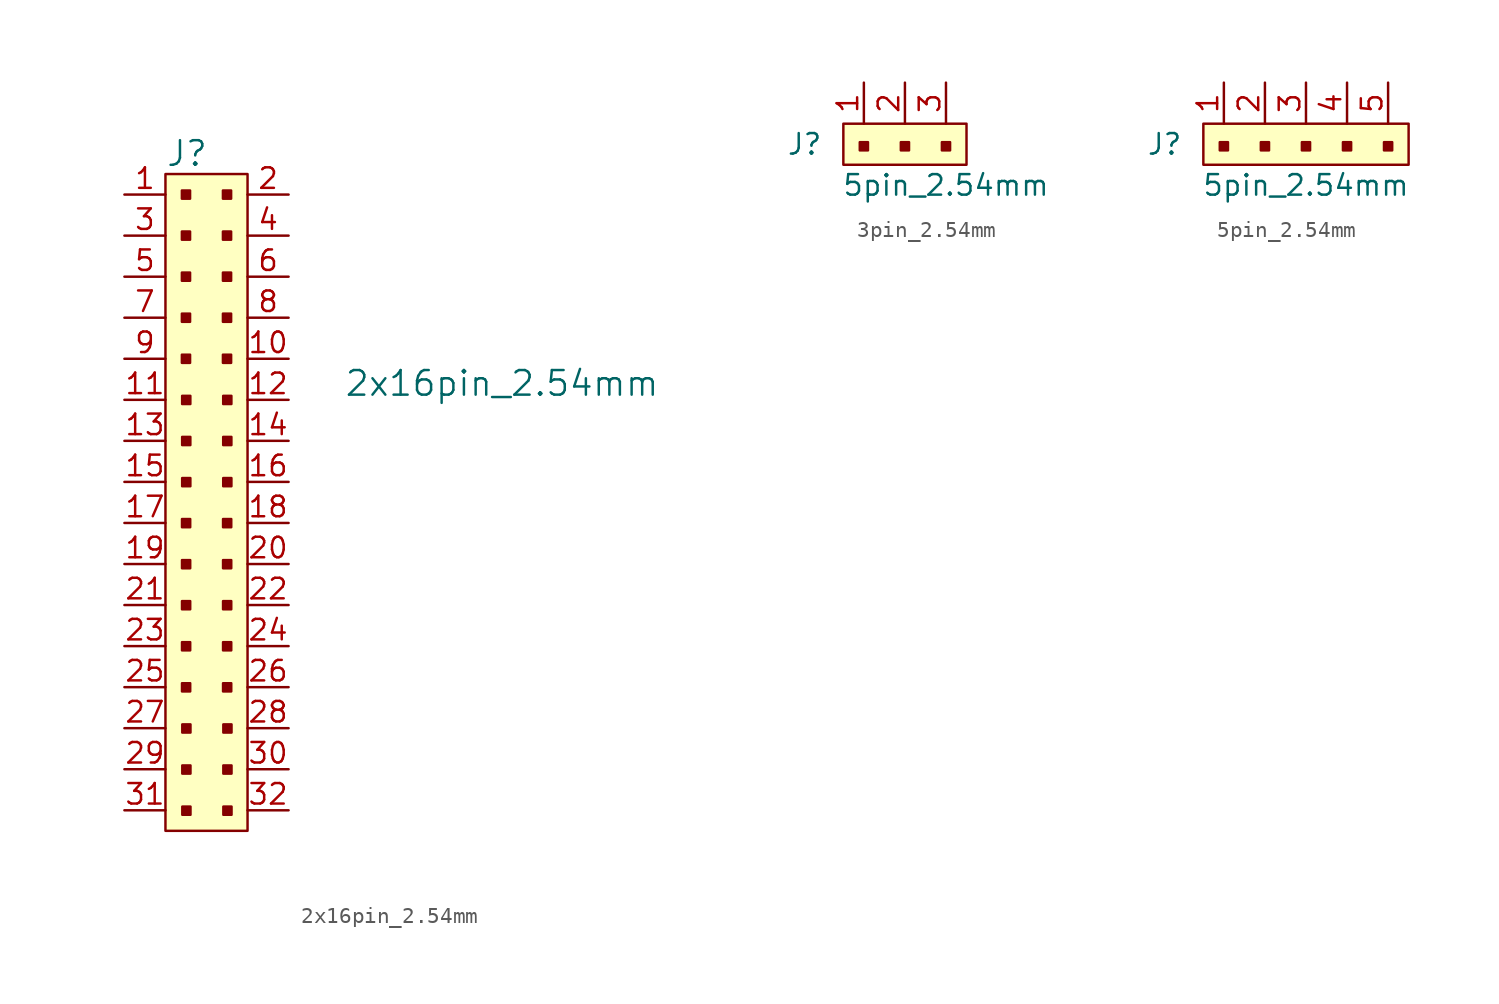
<source format=kicad_sym>
(kicad_symbol_lib
  (version 20241209)
  (generator "kicad_symbol_editor")
  (generator_version "9.0")
  (symbol "2x16pin_2.54mm"
    (pin_names
      (offset 1.016))
    (property "Reference" "J"
      (at -2.54 7.62 0)
      (effects (font (size 1.524 1.524)) (justify left)))
    (property "Value" "2x16pin_2.54mm"
      (at 18.288 -6.604 0)
      (effects (font (size 1.524 1.524))))
    (symbol "2x16pin_2.54mm_0_1"
      (rectangle (start -2.54 6.35) (end 2.54 -34.29) (stroke (width 0) (type solid)) (fill (type background)))
      (rectangle (start -1.524 5.334) (end -1.016 4.826) (stroke (width 0) (type solid)) (fill (type outline)))
      (rectangle (start -1.524 2.794) (end -1.016 2.286) (stroke (width 0) (type solid)) (fill (type outline)))
      (rectangle (start -1.524 0.254) (end -1.016 -0.254) (stroke (width 0) (type solid)) (fill (type outline)))
      (rectangle (start -1.524 -2.286) (end -1.016 -2.794) (stroke (width 0) (type solid)) (fill (type outline)))
      (rectangle (start -1.524 -4.826) (end -1.016 -5.334) (stroke (width 0) (type solid)) (fill (type outline)))
      (rectangle (start -1.516 -14.996) (end -1.008 -15.505) (stroke (width 0) (type solid)) (fill (type outline)))
      (rectangle (start -1.516 -17.537) (end -1.008 -18.044) (stroke (width 0) (type solid)) (fill (type outline)))
      (rectangle (start -1.516 -20.076) (end -1.008 -20.584) (stroke (width 0) (type solid)) (fill (type outline)))
      (rectangle (start -1.516 -22.616) (end -1.008 -23.125) (stroke (width 0) (type solid)) (fill (type outline)))
      (rectangle (start -1.516 -25.157) (end -1.008 -25.665) (stroke (width 0) (type solid)) (fill (type outline)))
      (rectangle (start -1.507 -7.374) (end -0.999 -7.882) (stroke (width 0) (type solid)) (fill (type outline)))
      (rectangle (start -1.507 -9.914) (end -0.999 -10.422) (stroke (width 0) (type solid)) (fill (type outline)))
      (rectangle (start -1.506 -12.461) (end -0.998 -12.969) (stroke (width 0) (type solid)) (fill (type outline)))
      (rectangle (start -1.499 -27.704) (end -0.991 -28.212) (stroke (width 0) (type solid)) (fill (type outline)))
      (rectangle (start -1.499 -30.244) (end -0.991 -30.752) (stroke (width 0) (type solid)) (fill (type outline)))
      (rectangle (start -1.498 -32.791) (end -0.99 -33.299) (stroke (width 0) (type solid)) (fill (type outline)))
      (rectangle (start 1.016 5.334) (end 1.524 4.826) (stroke (width 0) (type solid)) (fill (type outline)))
      (rectangle (start 1.016 2.794) (end 1.524 2.286) (stroke (width 0) (type solid)) (fill (type outline)))
      (rectangle (start 1.016 0.254) (end 1.524 -0.254) (stroke (width 0) (type solid)) (fill (type outline)))
      (rectangle (start 1.016 -2.286) (end 1.524 -2.794) (stroke (width 0) (type solid)) (fill (type outline)))
      (rectangle (start 1.016 -4.826) (end 1.524 -5.334) (stroke (width 0) (type solid)) (fill (type outline)))
      (rectangle (start 1.024 -14.996) (end 1.532 -15.505) (stroke (width 0) (type solid)) (fill (type outline)))
      (rectangle (start 1.024 -17.537) (end 1.532 -18.044) (stroke (width 0) (type solid)) (fill (type outline)))
      (rectangle (start 1.024 -20.076) (end 1.532 -20.584) (stroke (width 0) (type solid)) (fill (type outline)))
      (rectangle (start 1.024 -22.616) (end 1.532 -23.125) (stroke (width 0) (type solid)) (fill (type outline)))
      (rectangle (start 1.024 -25.157) (end 1.532 -25.665) (stroke (width 0) (type solid)) (fill (type outline)))
      (rectangle (start 1.033 -7.374) (end 1.541 -7.882) (stroke (width 0) (type solid)) (fill (type outline)))
      (rectangle (start 1.033 -9.914) (end 1.541 -10.422) (stroke (width 0) (type solid)) (fill (type outline)))
      (rectangle (start 1.034 -12.461) (end 1.542 -12.969) (stroke (width 0) (type solid)) (fill (type outline)))
      (rectangle (start 1.041 -27.704) (end 1.549 -28.212) (stroke (width 0) (type solid)) (fill (type outline)))
      (rectangle (start 1.041 -30.244) (end 1.549 -30.752) (stroke (width 0) (type solid)) (fill (type outline)))
      (rectangle (start 1.042 -32.791) (end 1.55 -33.299) (stroke (width 0) (type solid)) (fill (type outline))))
    (symbol "2x16pin_2.54mm_1_1"
      (pin passive line (at -5.08 5.08 0) (length 2.54) (name "~" (effects (font (size 1.27 1.27)))) (number "1" (effects (font (size 1.27 1.27)))))
      (pin passive line (at -5.08 2.54 0) (length 2.54) (name "~" (effects (font (size 1.27 1.27)))) (number "3" (effects (font (size 1.27 1.27)))))
      (pin passive line (at -5.08 0 0) (length 2.54) (name "~" (effects (font (size 1.27 1.27)))) (number "5" (effects (font (size 1.27 1.27)))))
      (pin passive line (at -5.08 -2.54 0) (length 2.54) (name "~" (effects (font (size 1.27 1.27)))) (number "7" (effects (font (size 1.27 1.27)))))
      (pin passive line (at -5.08 -5.08 0) (length 2.54) (name "~" (effects (font (size 1.27 1.27)))) (number "9" (effects (font (size 1.27 1.27)))))
      (pin passive line (at -5.08 -7.62 0) (length 2.54) (name "~" (effects (font (size 1.27 1.27)))) (number "11" (effects (font (size 1.27 1.27)))))
      (pin passive line (at -5.08 -10.16 0) (length 2.54) (name "~" (effects (font (size 1.27 1.27)))) (number "13" (effects (font (size 1.27 1.27)))))
      (pin passive line (at -5.08 -12.7 0) (length 2.54) (name "~" (effects (font (size 1.27 1.27)))) (number "15" (effects (font (size 1.27 1.27)))))
      (pin passive line (at -5.08 -15.24 0) (length 2.54) (name "~" (effects (font (size 1.27 1.27)))) (number "17" (effects (font (size 1.27 1.27)))))
      (pin passive line (at -5.08 -17.78 0) (length 2.54) (name "~" (effects (font (size 1.27 1.27)))) (number "19" (effects (font (size 1.27 1.27)))))
      (pin passive line (at -5.08 -20.32 0) (length 2.54) (name "~" (effects (font (size 1.27 1.27)))) (number "21" (effects (font (size 1.27 1.27)))))
      (pin passive line (at -5.08 -22.86 0) (length 2.54) (name "~" (effects (font (size 1.27 1.27)))) (number "23" (effects (font (size 1.27 1.27)))))
      (pin passive line (at -5.08 -25.4 0) (length 2.54) (name "~" (effects (font (size 1.27 1.27)))) (number "25" (effects (font (size 1.27 1.27)))))
      (pin passive line (at -5.08 -27.94 0) (length 2.54) (name "~" (effects (font (size 1.27 1.27)))) (number "27" (effects (font (size 1.27 1.27)))))
      (pin passive line (at -5.08 -30.48 0) (length 2.54) (name "~" (effects (font (size 1.27 1.27)))) (number "29" (effects (font (size 1.27 1.27)))))
      (pin passive line (at -5.08 -33.02 0) (length 2.54) (name "~" (effects (font (size 1.27 1.27)))) (number "31" (effects (font (size 1.27 1.27)))))
      (pin passive line (at 5.08 5.08 180) (length 2.54) (name "~" (effects (font (size 1.27 1.27)))) (number "2" (effects (font (size 1.27 1.27)))))
      (pin passive line (at 5.08 2.54 180) (length 2.54) (name "~" (effects (font (size 1.27 1.27)))) (number "4" (effects (font (size 1.27 1.27)))))
      (pin passive line (at 5.08 0 180) (length 2.54) (name "~" (effects (font (size 1.27 1.27)))) (number "6" (effects (font (size 1.27 1.27)))))
      (pin passive line (at 5.08 -2.54 180) (length 2.54) (name "~" (effects (font (size 1.27 1.27)))) (number "8" (effects (font (size 1.27 1.27)))))
      (pin passive line (at 5.08 -5.08 180) (length 2.54) (name "~" (effects (font (size 1.27 1.27)))) (number "10" (effects (font (size 1.27 1.27)))))
      (pin passive line (at 5.08 -7.62 180) (length 2.54) (name "~" (effects (font (size 1.27 1.27)))) (number "12" (effects (font (size 1.27 1.27)))))
      (pin passive line (at 5.08 -10.16 180) (length 2.54) (name "~" (effects (font (size 1.27 1.27)))) (number "14" (effects (font (size 1.27 1.27)))))
      (pin passive line (at 5.08 -12.7 180) (length 2.54) (name "~" (effects (font (size 1.27 1.27)))) (number "16" (effects (font (size 1.27 1.27)))))
      (pin passive line (at 5.08 -15.24 180) (length 2.54) (name "~" (effects (font (size 1.27 1.27)))) (number "18" (effects (font (size 1.27 1.27)))))
      (pin passive line (at 5.08 -17.78 180) (length 2.54) (name "~" (effects (font (size 1.27 1.27)))) (number "20" (effects (font (size 1.27 1.27)))))
      (pin passive line (at 5.08 -20.32 180) (length 2.54) (name "~" (effects (font (size 1.27 1.27)))) (number "22" (effects (font (size 1.27 1.27)))))
      (pin passive line (at 5.08 -22.86 180) (length 2.54) (name "~" (effects (font (size 1.27 1.27)))) (number "24" (effects (font (size 1.27 1.27)))))
      (pin passive line (at 5.08 -25.4 180) (length 2.54) (name "~" (effects (font (size 1.27 1.27)))) (number "26" (effects (font (size 1.27 1.27)))))
      (pin passive line (at 5.08 -27.94 180) (length 2.54) (name "~" (effects (font (size 1.27 1.27)))) (number "28" (effects (font (size 1.27 1.27)))))
      (pin passive line (at 5.08 -30.48 180) (length 2.54) (name "~" (effects (font (size 1.27 1.27)))) (number "30" (effects (font (size 1.27 1.27)))))
      (pin passive line (at 5.08 -33.02 180) (length 2.54) (name "~" (effects (font (size 1.27 1.27)))) (number "32" (effects (font (size 1.27 1.27)))))))
  (symbol "3pin_2.54mm"
    (pin_names
      (offset 1.016))
    (property "Reference" "J"
      (at -2.54 -1.27 0)
      (effects (font (size 1.27 1.27)) (justify right)))
    (property "Value" "5pin_2.54mm"
      (at 5.08 -3.81 0)
      (effects (font (size 1.27 1.27))))
    (symbol "3pin_2.54mm_1_1"
      (rectangle (start -1.27 0) (end 6.35 -2.54) (stroke (width 0) (type solid)) (fill (type background)))
      (rectangle (start -0.254 -1.143) (end 0.254 -1.651) (stroke (width 0) (type solid)) (fill (type outline)))
      (rectangle (start 2.286 -1.143) (end 2.794 -1.651) (stroke (width 0) (type solid)) (fill (type outline)))
      (rectangle (start 4.826 -1.143) (end 5.334 -1.651) (stroke (width 0) (type solid)) (fill (type outline)))
      (pin passive line (at 0 2.54 270) (length 2.54) (name "~" (effects (font (size 1.27 1.27)))) (number "1" (effects (font (size 1.27 1.27)))))
      (pin passive line (at 2.54 2.54 270) (length 2.54) (name "~" (effects (font (size 1.27 1.27)))) (number "2" (effects (font (size 1.27 1.27)))))
      (pin passive line (at 5.08 2.54 270) (length 2.54) (name "~" (effects (font (size 1.27 1.27)))) (number "3" (effects (font (size 1.27 1.27)))))))
  (symbol "5pin_2.54mm"
    (pin_names
      (offset 1.016))
    (property "Reference" "J"
      (at -2.54 -1.27 0)
      (effects (font (size 1.27 1.27)) (justify right)))
    (property "Value" "5pin_2.54mm"
      (at 5.08 -3.81 0)
      (effects (font (size 1.27 1.27))))
    (symbol "5pin_2.54mm_1_1"
      (rectangle (start -1.27 0) (end 11.43 -2.54) (stroke (width 0) (type solid)) (fill (type background)))
      (rectangle (start -0.254 -1.143) (end 0.254 -1.651) (stroke (width 0) (type solid)) (fill (type outline)))
      (rectangle (start 2.286 -1.143) (end 2.794 -1.651) (stroke (width 0) (type solid)) (fill (type outline)))
      (rectangle (start 4.826 -1.143) (end 5.334 -1.651) (stroke (width 0) (type solid)) (fill (type outline)))
      (rectangle (start 7.366 -1.143) (end 7.874 -1.651) (stroke (width 0) (type solid)) (fill (type outline)))
      (rectangle (start 9.906 -1.143) (end 10.414 -1.651) (stroke (width 0) (type solid)) (fill (type outline)))
      (pin passive line (at 0 2.54 270) (length 2.54) (name "~" (effects (font (size 1.27 1.27)))) (number "1" (effects (font (size 1.27 1.27)))))
      (pin passive line (at 2.54 2.54 270) (length 2.54) (name "~" (effects (font (size 1.27 1.27)))) (number "2" (effects (font (size 1.27 1.27)))))
      (pin passive line (at 5.08 2.54 270) (length 2.54) (name "~" (effects (font (size 1.27 1.27)))) (number "3" (effects (font (size 1.27 1.27)))))
      (pin passive line (at 7.62 2.54 270) (length 2.54) (name "~" (effects (font (size 1.27 1.27)))) (number "4" (effects (font (size 1.27 1.27)))))
      (pin passive line (at 10.16 2.54 270) (length 2.54) (name "~" (effects (font (size 1.27 1.27)))) (number "5" (effects (font (size 1.27 1.27))))))))
</source>
